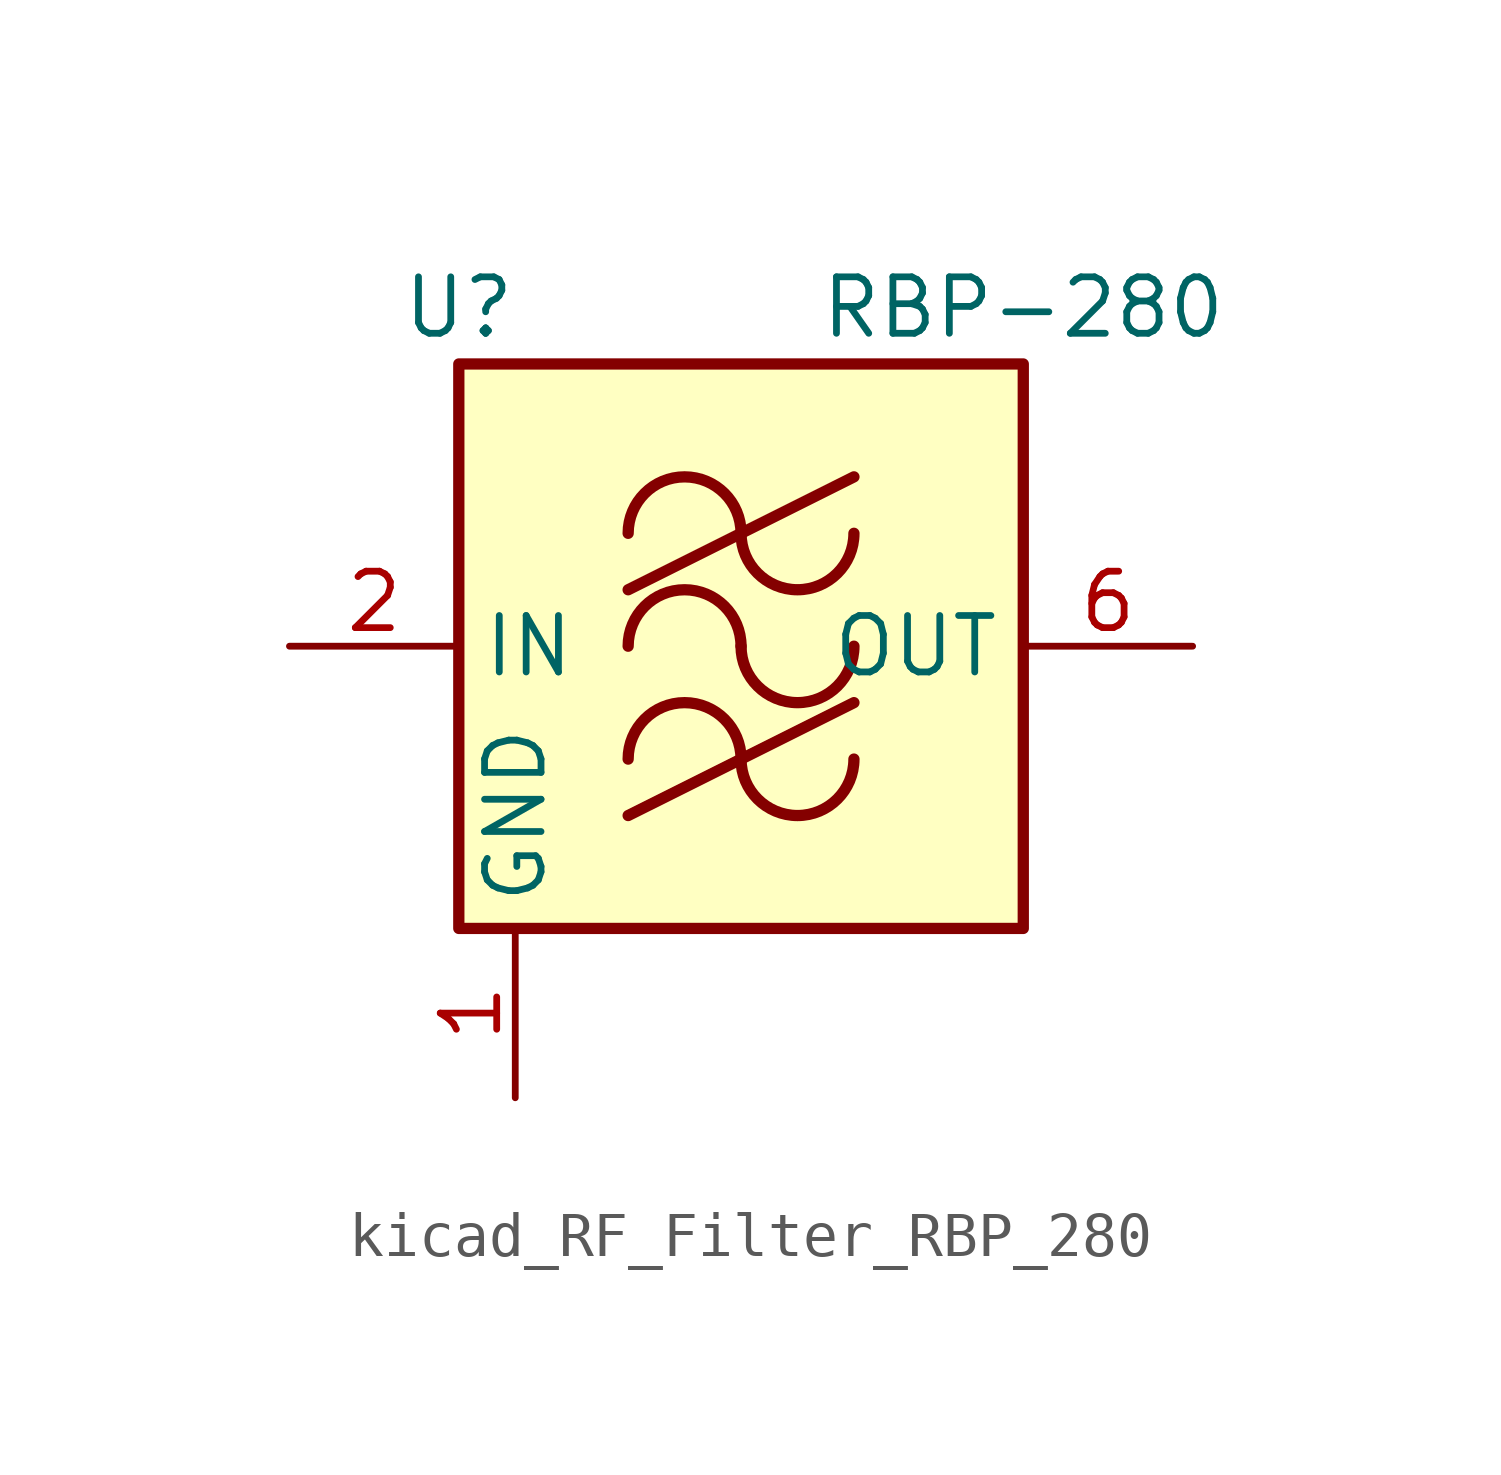
<source format=kicad_sym>
(kicad_symbol_lib
  (version 20220914)
  (generator kicad_symbol_editor)
  (symbol "kicad_RF_Filter_RBP_280"
    (property "Reference" "U"
      (at -6.35 7.62 0)
      (effects (font (size 1.27 1.27))))
    (property "Value" "RBP-280"
      (at 6.35 7.62 0)
      (effects (font (size 1.27 1.27))))
    (symbol "kicad_RF_Filter_RBP_280_0_1"
      (rectangle (start -6.35 6.35) (end 6.35 -6.35) (stroke (width 0.254) (type default)) (fill (type background)))
      (arc (start 0 -2.54) (mid -1.27 -1.2755) (end -2.54 -2.54) (stroke (width 0.254) (type default)) (fill (type none)))
      (arc (start 0 -2.54) (mid 1.27 -3.8045) (end 2.54 -2.54) (stroke (width 0.254) (type default)) (fill (type none)))
      (arc (start 0 0) (mid -1.27 1.2645) (end -2.54 0) (stroke (width 0.254) (type default)) (fill (type none)))
      (polyline (pts (xy -2.54 -3.81) (xy 2.54 -1.27)) (stroke (width 0.254) (type default)) (fill (type none)))
      (polyline (pts (xy -2.54 1.27) (xy 2.54 3.81)) (stroke (width 0.254) (type default)) (fill (type none)))
      (arc (start 0 0) (mid 1.27 -1.2645) (end 2.54 0) (stroke (width 0.254) (type default)) (fill (type none)))
      (arc (start 0 2.54) (mid -1.27 3.8045) (end -2.54 2.54) (stroke (width 0.254) (type default)) (fill (type none)))
      (arc (start 0 2.54) (mid 1.27 1.2755) (end 2.54 2.54) (stroke (width 0.254) (type default)) (fill (type none))))
    (symbol "kicad_RF_Filter_RBP_280_1_1"
      (pin power_in line (at -5.08 -10.16 90) (length 3.81) (name "GND" (effects (font (size 1.27 1.27)))) (number "1" (effects (font (size 1.27 1.27)))))
      (pin input line (at -10.16 0 0) (length 3.81) (name "IN" (effects (font (size 1.27 1.27)))) (number "2" (effects (font (size 1.27 1.27)))))
      (pin passive line (at -5.08 -10.16 90) (length 3.81) hide (name "GND" (effects (font (size 1.27 1.27)))) (number "3" (effects (font (size 1.27 1.27)))))
      (pin passive line (at -5.08 -10.16 90) (length 3.81) hide (name "GND" (effects (font (size 1.27 1.27)))) (number "4" (effects (font (size 1.27 1.27)))))
      (pin passive line (at -5.08 -10.16 90) (length 3.81) hide (name "GND" (effects (font (size 1.27 1.27)))) (number "5" (effects (font (size 1.27 1.27)))))
      (pin output line (at 10.16 0 180) (length 3.81) (name "OUT" (effects (font (size 1.27 1.27)))) (number "6" (effects (font (size 1.27 1.27)))))
      (pin passive line (at -5.08 -10.16 90) (length 3.81) hide (name "GND" (effects (font (size 1.27 1.27)))) (number "7" (effects (font (size 1.27 1.27)))))
      (pin passive line (at -5.08 -10.16 90) (length 3.81) hide (name "GND" (effects (font (size 1.27 1.27)))) (number "8" (effects (font (size 1.27 1.27))))))))
</source>
